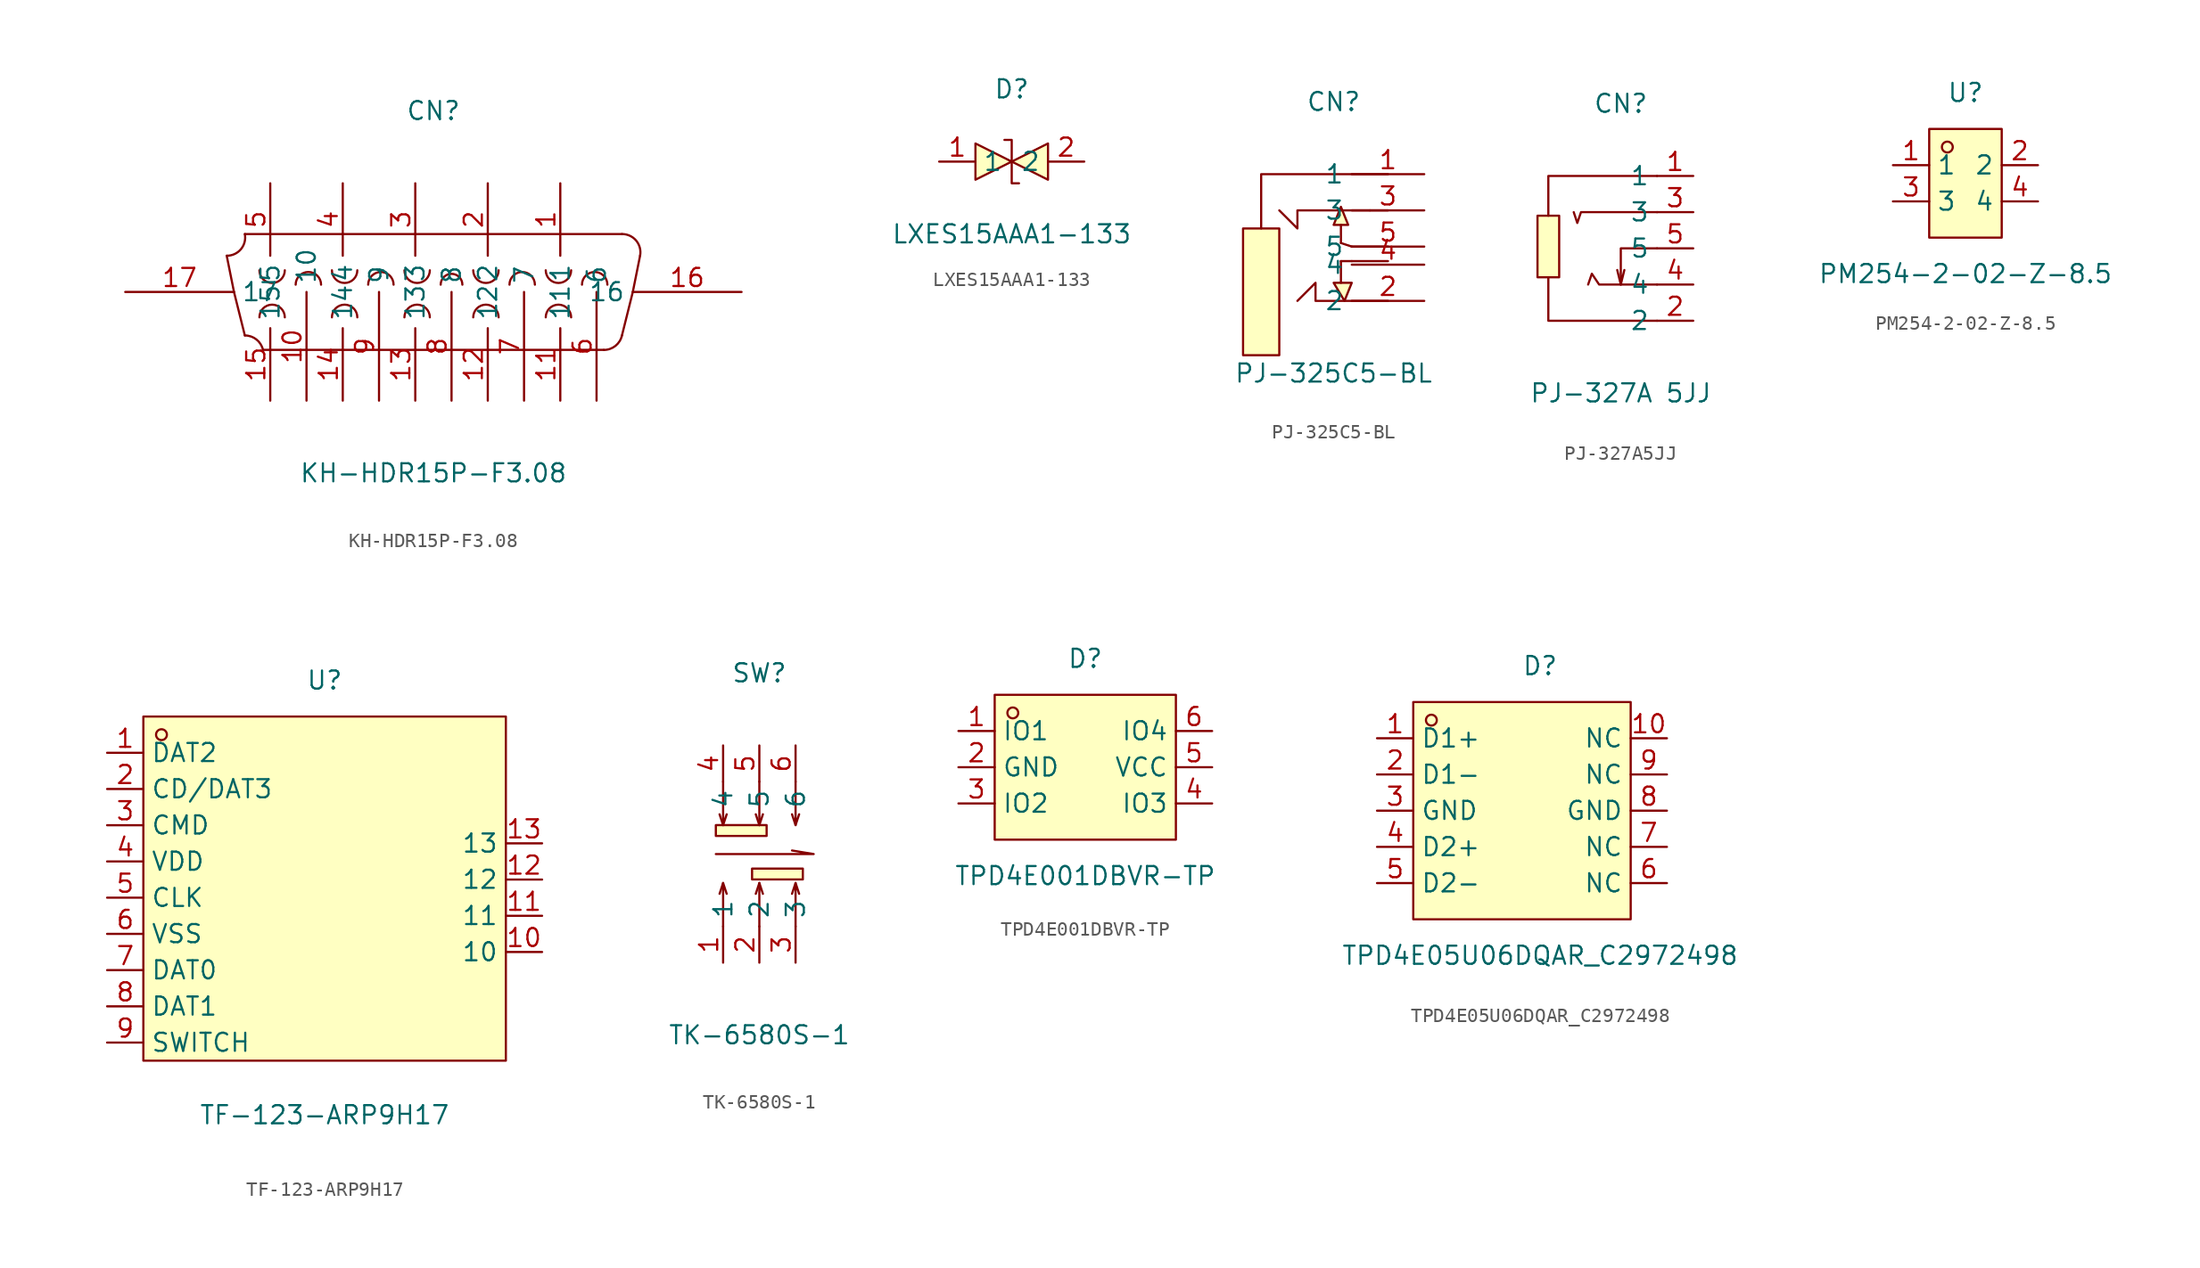
<source format=kicad_sym>
(kicad_symbol_lib
  (version 20220914)
  (generator https://github.com/uPesy/easyeda2kicad.py)
  (symbol "KH-HDR15P-F3.08"
    (property "Reference" "CN"
      (at 0 12.7 0)
      (effects (font (size 1.27 1.27))))
    (property "Value" "KH-HDR15P-F3.08"
      (at 0 -12.7 0)
      (effects (font (size 1.27 1.27))))
    (symbol "KH-HDR15P-F3.08_0_1"
      (arc (start -14.48 2.54) (mid -13.484 2.9983) (end -13.21 4.06) (stroke (width 0) (type default)) (fill (type none)))
      (arc (start -12.19 1.52) (mid -11.3 0.6312) (end -10.41 1.52) (stroke (width 0) (type default)) (fill (type none)))
      (arc (start -11.94 -4.06) (mid -12.3976 -3.3319) (end -13.21 -3.05) (stroke (width 0) (type default)) (fill (type none)))
      (arc (start -10.41 -1.78) (mid -11.3 -0.8912) (end -12.19 -1.78) (stroke (width 0) (type default)) (fill (type none)))
      (arc (start -7.87 0.51) (mid -8.76 1.3949) (end -9.65 0.51) (stroke (width 0) (type default)) (fill (type none)))
      (arc (start -7.11 1.52) (mid -6.22 0.6312) (end -5.33 1.52) (stroke (width 0) (type default)) (fill (type none)))
      (arc (start -5.33 -1.78) (mid -6.22 -0.8912) (end -7.11 -1.78) (stroke (width 0) (type default)) (fill (type none)))
      (arc (start -2.79 0.51) (mid -3.68 1.3988) (end -4.57 0.51) (stroke (width 0) (type default)) (fill (type none)))
      (arc (start -2.03 1.52) (mid -1.14 0.6312) (end -0.25 1.52) (stroke (width 0) (type default)) (fill (type none)))
      (arc (start -0.25 -1.78) (mid -1.14 -0.8912) (end -2.03 -1.78) (stroke (width 0) (type default)) (fill (type none)))
      (polyline (pts (xy -14.48 2.54) (xy -13.97 0)) (stroke (width 0) (type default)) (fill (type none)))
      (polyline (pts (xy -13.97 0) (xy -13.21 -3.05)) (stroke (width 0) (type default)) (fill (type none)))
      (polyline (pts (xy -13.21 4.06) (xy 13.21 4.06)) (stroke (width 0) (type default)) (fill (type none)))
      (polyline (pts (xy -11.94 -4.06) (xy 11.94 -4.06)) (stroke (width 0) (type default)) (fill (type none)))
      (polyline (pts (xy 13.97 0) (xy 13.21 -3.05)) (stroke (width 0) (type default)) (fill (type none)))
      (polyline (pts (xy 14.48 2.54) (xy 13.97 0)) (stroke (width 0) (type default)) (fill (type none)))
      (arc (start 2.03 0.51) (mid 1.27 1.2687) (end 0.51 0.51) (stroke (width 0) (type default)) (fill (type none)))
      (arc (start 2.79 1.52) (mid 3.68 0.6312) (end 4.57 1.52) (stroke (width 0) (type default)) (fill (type none)))
      (arc (start 4.57 -1.78) (mid 3.68 -0.8912) (end 2.79 -1.78) (stroke (width 0) (type default)) (fill (type none)))
      (arc (start 7.11 0.51) (mid 6.22 1.3988) (end 5.33 0.51) (stroke (width 0) (type default)) (fill (type none)))
      (arc (start 7.87 1.52) (mid 8.76 0.6349) (end 9.65 1.52) (stroke (width 0) (type default)) (fill (type none)))
      (arc (start 9.65 -1.78) (mid 8.76 -0.8949) (end 7.87 -1.78) (stroke (width 0) (type default)) (fill (type none)))
      (arc (start 11.94 -4.06) (mid 12.7524 -3.7781) (end 13.21 -3.05) (stroke (width 0) (type default)) (fill (type none)))
      (arc (start 12.19 0.51) (mid 11.3 1.3988) (end 10.41 0.51) (stroke (width 0) (type default)) (fill (type none)))
      (arc (start 14.48 2.54) (mid 14.2089 3.6042) (end 13.21 4.06) (stroke (width 0) (type default)) (fill (type none)))
      (pin unspecified line (at 8.89 7.62 270) (length 5.08) (name "1" (effects (font (size 1.27 1.27)))) (number "1" (effects (font (size 1.27 1.27)))))
      (pin unspecified line (at -8.89 -7.62 90) (length 7.62) (name "10" (effects (font (size 1.27 1.27)))) (number "10" (effects (font (size 1.27 1.27)))))
      (pin unspecified line (at 8.89 -7.62 90) (length 5.08) (name "11" (effects (font (size 1.27 1.27)))) (number "11" (effects (font (size 1.27 1.27)))))
      (pin unspecified line (at 3.81 -7.62 90) (length 5.08) (name "12" (effects (font (size 1.27 1.27)))) (number "12" (effects (font (size 1.27 1.27)))))
      (pin unspecified line (at -1.27 -7.62 90) (length 5.08) (name "13" (effects (font (size 1.27 1.27)))) (number "13" (effects (font (size 1.27 1.27)))))
      (pin unspecified line (at -6.35 -7.62 90) (length 5.08) (name "14" (effects (font (size 1.27 1.27)))) (number "14" (effects (font (size 1.27 1.27)))))
      (pin unspecified line (at -11.43 -7.62 90) (length 5.08) (name "15" (effects (font (size 1.27 1.27)))) (number "15" (effects (font (size 1.27 1.27)))))
      (pin unspecified line (at 21.59 0 180) (length 7.62) (name "16" (effects (font (size 1.27 1.27)))) (number "16" (effects (font (size 1.27 1.27)))))
      (pin unspecified line (at -21.59 0 0) (length 7.62) (name "17" (effects (font (size 1.27 1.27)))) (number "17" (effects (font (size 1.27 1.27)))))
      (pin unspecified line (at 3.81 7.62 270) (length 5.08) (name "2" (effects (font (size 1.27 1.27)))) (number "2" (effects (font (size 1.27 1.27)))))
      (pin unspecified line (at -1.27 7.62 270) (length 5.08) (name "3" (effects (font (size 1.27 1.27)))) (number "3" (effects (font (size 1.27 1.27)))))
      (pin unspecified line (at -6.35 7.62 270) (length 5.08) (name "4" (effects (font (size 1.27 1.27)))) (number "4" (effects (font (size 1.27 1.27)))))
      (pin unspecified line (at -11.43 7.62 270) (length 5.08) (name "5" (effects (font (size 1.27 1.27)))) (number "5" (effects (font (size 1.27 1.27)))))
      (pin unspecified line (at 11.43 -7.62 90) (length 7.62) (name "6" (effects (font (size 1.27 1.27)))) (number "6" (effects (font (size 1.27 1.27)))))
      (pin unspecified line (at 6.35 -7.62 90) (length 7.62) (name "7" (effects (font (size 1.27 1.27)))) (number "7" (effects (font (size 1.27 1.27)))))
      (pin unspecified line (at 1.27 -7.62 90) (length 7.62) (name "8" (effects (font (size 1.27 1.27)))) (number "8" (effects (font (size 1.27 1.27)))))
      (pin unspecified line (at -3.81 -7.62 90) (length 7.62) (name "9" (effects (font (size 1.27 1.27)))) (number "9" (effects (font (size 1.27 1.27)))))))
  (symbol "LXES15AAA1-133"
    (property "Reference" "D"
      (at 0 5.08 0)
      (effects (font (size 1.27 1.27))))
    (property "Value" "LXES15AAA1-133"
      (at 0 -5.08 0)
      (effects (font (size 1.27 1.27))))
    (symbol "LXES15AAA1-133_0_1"
      (polyline (pts (xy -2.54 1.27) (xy 0 0) (xy -2.54 -1.27) (xy -2.54 1.27)) (stroke (width 0) (type default)) (fill (type background)))
      (polyline (pts (xy 2.54 1.27) (xy 0 0) (xy 2.54 -1.27) (xy 2.54 1.27)) (stroke (width 0) (type default)) (fill (type background)))
      (polyline (pts (xy -0.51 1.52) (xy -0.51 1.52) (xy 0 1.52) (xy 0 -1.52) (xy 0.51 -1.52) (xy 0.51 -1.52)) (stroke (width 0) (type default)) (fill (type none)))
      (pin unspecified line (at -5.08 0 0) (length 2.54) (name "1" (effects (font (size 1.27 1.27)))) (number "1" (effects (font (size 1.27 1.27)))))
      (pin unspecified line (at 5.08 0 180) (length 2.54) (name "2" (effects (font (size 1.27 1.27)))) (number "2" (effects (font (size 1.27 1.27)))))))
  (symbol "PJ-325C5-BL"
    (property "Reference" "CN"
      (at 0 11.43 0)
      (effects (font (size 1.27 1.27))))
    (property "Value" "PJ-325C5-BL"
      (at 0 -7.62 0)
      (effects (font (size 1.27 1.27))))
    (symbol "PJ-325C5-BL_0_1"
      (polyline (pts (xy 2.54 3.81) (xy 3.81 3.81)) (stroke (width 0) (type default) (color 0 0 0 0)) (fill (type none)))
      (polyline (pts (xy -2.54 -2.54) (xy -1.27 -1.27) (xy -1.27 -2.54) (xy 3.81 -2.54)) (stroke (width 0) (type default) (color 0 0 0 0)) (fill (type none)))
      (polyline (pts (xy 0.51 0.25) (xy 1.27 0.25) (xy 1.27 0.25)) (stroke (width 0) (type default) (color 0 0 0 0)) (fill (type none)))
      (polyline (pts (xy 1.27 0.25) (xy 3.81 0.25)) (stroke (width 0) (type default) (color 0 0 0 0)) (fill (type none)))
      (polyline (pts (xy 0.51 -1.27) (xy 0.51 0.25)) (stroke (width 0) (type default) (color 0 0 0 0)) (fill (type none)))
      (polyline (pts (xy 0.76 -2.54) (xy 0.00 -1.27) (xy 1.27 -1.27) (xy 0.76 -2.54)) (stroke (width 0) (type default) (color 0 0 0 0)) (fill (type background)))
      (polyline (pts (xy 0.51 1.52) (xy 1.27 1.27) (xy 1.27 1.27)) (stroke (width 0) (type default) (color 0 0 0 0)) (fill (type none)))
      (polyline (pts (xy 1.27 1.27) (xy 3.81 1.27)) (stroke (width 0) (type default) (color 0 0 0 0)) (fill (type none)))
      (polyline (pts (xy 0.51 2.79) (xy 0.51 1.52)) (stroke (width 0) (type default) (color 0 0 0 0)) (fill (type none)))
      (polyline (pts (xy 0.51 4.06) (xy 0.00 2.79) (xy 1.02 2.79) (xy 0.51 4.06)) (stroke (width 0) (type default) (color 0 0 0 0)) (fill (type background)))
      (polyline (pts (xy -3.81 3.81) (xy -2.54 2.54) (xy -2.54 3.81) (xy 2.54 3.81)) (stroke (width 0) (type default) (color 0 0 0 0)) (fill (type none)))
      (polyline (pts (xy -5.08 2.54) (xy -5.08 6.35) (xy 3.81 6.35)) (stroke (width 0) (type default) (color 0 0 0 0)) (fill (type none)))
      (polyline (pts (xy -6.35 2.54) (xy -6.35 -6.35) (xy -3.81 -6.35) (xy -3.81 2.54) (xy -6.35 2.54)) (stroke (width 0) (type default) (color 0 0 0 0)) (fill (type background)))
      (pin unspecified line (at 6.35 1.27 180) (length 5.08) (name "5" (effects (font (size 1.27 1.27)))) (number "5" (effects (font (size 1.27 1.27)))))
      (pin unspecified line (at 6.35 -0.00 180) (length 5.08) (name "4" (effects (font (size 1.27 1.27)))) (number "4" (effects (font (size 1.27 1.27)))))
      (pin unspecified line (at 6.35 3.81 180) (length 5.08) (name "3" (effects (font (size 1.27 1.27)))) (number "3" (effects (font (size 1.27 1.27)))))
      (pin unspecified line (at 6.35 -2.54 180) (length 5.08) (name "2" (effects (font (size 1.27 1.27)))) (number "2" (effects (font (size 1.27 1.27)))))
      (pin unspecified line (at 6.35 6.35 180) (length 5.08) (name "1" (effects (font (size 1.27 1.27)))) (number "1" (effects (font (size 1.27 1.27)))))))
  (symbol "PJ-327A5JJ"
    (property "Reference" "CN"
      (at 0 10.16 0)
      (effects (font (size 1.27 1.27))))
    (property "Value" "PJ-327A 5JJ"
      (at 0 -10.16 0)
      (effects (font (size 1.27 1.27))))
    (symbol "PJ-327A5JJ_0_1"
      (rectangle (start -5.84 2.29) (end -4.32 -2.03) (stroke (width 0) (type default)) (fill (type background)))
      (polyline (pts (xy 0 -2.54) (xy -0.25 -1.52)) (stroke (width 0) (type default)) (fill (type none)))
      (polyline (pts (xy -5.08 2.29) (xy -5.08 5.08) (xy 2.54 5.08)) (stroke (width 0) (type default)) (fill (type none)))
      (polyline (pts (xy 2.54 -5.08) (xy -5.08 -5.08) (xy -5.08 -3.81) (xy -5.08 -2.03)) (stroke (width 0) (type default)) (fill (type none)))
      (polyline (pts (xy 2.54 -2.54) (xy -1.52 -2.54) (xy -2.03 -1.78) (xy -2.29 -2.54)) (stroke (width 0) (type default)) (fill (type none)))
      (polyline (pts (xy 2.54 0) (xy 0 0) (xy 0 -2.54) (xy 0.25 -1.52)) (stroke (width 0) (type default)) (fill (type none)))
      (polyline (pts (xy 2.54 2.54) (xy -2.79 2.54) (xy -3.05 1.78) (xy -3.3 2.54)) (stroke (width 0) (type default)) (fill (type none)))
      (pin unspecified line (at 5.08 5.08 180) (length 2.54) (name "1" (effects (font (size 1.27 1.27)))) (number "1" (effects (font (size 1.27 1.27)))))
      (pin unspecified line (at 5.08 -5.08 180) (length 2.54) (name "2" (effects (font (size 1.27 1.27)))) (number "2" (effects (font (size 1.27 1.27)))))
      (pin unspecified line (at 5.08 2.54 180) (length 2.54) (name "3" (effects (font (size 1.27 1.27)))) (number "3" (effects (font (size 1.27 1.27)))))
      (pin unspecified line (at 5.08 -2.54 180) (length 2.54) (name "4" (effects (font (size 1.27 1.27)))) (number "4" (effects (font (size 1.27 1.27)))))
      (pin unspecified line (at 5.08 0 180) (length 2.54) (name "5" (effects (font (size 1.27 1.27)))) (number "5" (effects (font (size 1.27 1.27)))))))
  (symbol "PM254-2-02-Z-8.5"
    (property "Reference" "U"
      (at 0 6.35 0)
      (effects (font (size 1.27 1.27))))
    (property "Value" "PM254-2-02-Z-8.5"
      (at 0 -6.35 0)
      (effects (font (size 1.27 1.27))))
    (symbol "PM254-2-02-Z-8.5_0_1"
      (rectangle (start -2.54 3.81) (end 2.54 -3.81) (stroke (width 0) (type default) (color 0 0 0 0)) (fill (type background)))
      (circle (center -1.27 2.54) (radius 0.38) (stroke (width 0) (type default) (color 0 0 0 0)) (fill (type none)))
      (pin unspecified line (at -5.08 1.27 0) (length 2.54) (name "1" (effects (font (size 1.27 1.27)))) (number "1" (effects (font (size 1.27 1.27)))))
      (pin unspecified line (at 5.08 -1.27 180) (length 2.54) (name "4" (effects (font (size 1.27 1.27)))) (number "4" (effects (font (size 1.27 1.27)))))
      (pin unspecified line (at -5.08 -1.27 0) (length 2.54) (name "3" (effects (font (size 1.27 1.27)))) (number "3" (effects (font (size 1.27 1.27)))))
      (pin unspecified line (at 5.08 1.27 180) (length 2.54) (name "2" (effects (font (size 1.27 1.27)))) (number "2" (effects (font (size 1.27 1.27)))))))
  (symbol "TF-123-ARP9H17"
    (property "Reference" "U"
      (at 0 13.97 0)
      (effects (font (size 1.27 1.27))))
    (property "Value" "TF-123-ARP9H17"
      (at 0 -16.51 0)
      (effects (font (size 1.27 1.27))))
    (symbol "TF-123-ARP9H17_0_1"
      (rectangle (start -12.7 11.43) (end 12.7 -12.7) (stroke (width 0) (type default)) (fill (type background)))
      (circle (center -11.43 10.16) (radius 0.38) (stroke (width 0) (type default)) (fill (type none)))
      (pin unspecified line (at -15.24 8.89 0) (length 2.54) (name "DAT2" (effects (font (size 1.27 1.27)))) (number "1" (effects (font (size 1.27 1.27)))))
      (pin unspecified line (at 15.24 -5.08 180) (length 2.54) (name "10" (effects (font (size 1.27 1.27)))) (number "10" (effects (font (size 1.27 1.27)))))
      (pin unspecified line (at 15.24 -2.54 180) (length 2.54) (name "11" (effects (font (size 1.27 1.27)))) (number "11" (effects (font (size 1.27 1.27)))))
      (pin unspecified line (at 15.24 0 180) (length 2.54) (name "12" (effects (font (size 1.27 1.27)))) (number "12" (effects (font (size 1.27 1.27)))))
      (pin unspecified line (at 15.24 2.54 180) (length 2.54) (name "13" (effects (font (size 1.27 1.27)))) (number "13" (effects (font (size 1.27 1.27)))))
      (pin unspecified line (at -15.24 6.35 0) (length 2.54) (name "CD/DAT3" (effects (font (size 1.27 1.27)))) (number "2" (effects (font (size 1.27 1.27)))))
      (pin unspecified line (at -15.24 3.81 0) (length 2.54) (name "CMD" (effects (font (size 1.27 1.27)))) (number "3" (effects (font (size 1.27 1.27)))))
      (pin unspecified line (at -15.24 1.27 0) (length 2.54) (name "VDD" (effects (font (size 1.27 1.27)))) (number "4" (effects (font (size 1.27 1.27)))))
      (pin unspecified line (at -15.24 -1.27 0) (length 2.54) (name "CLK" (effects (font (size 1.27 1.27)))) (number "5" (effects (font (size 1.27 1.27)))))
      (pin unspecified line (at -15.24 -3.81 0) (length 2.54) (name "VSS" (effects (font (size 1.27 1.27)))) (number "6" (effects (font (size 1.27 1.27)))))
      (pin unspecified line (at -15.24 -6.35 0) (length 2.54) (name "DAT0" (effects (font (size 1.27 1.27)))) (number "7" (effects (font (size 1.27 1.27)))))
      (pin unspecified line (at -15.24 -8.89 0) (length 2.54) (name "DAT1" (effects (font (size 1.27 1.27)))) (number "8" (effects (font (size 1.27 1.27)))))
      (pin unspecified line (at -15.24 -11.43 0) (length 2.54) (name "SWITCH" (effects (font (size 1.27 1.27)))) (number "9" (effects (font (size 1.27 1.27)))))))
  (symbol "TK-6580S-1"
    (property "Reference" "SW"
      (at 0 12.7 0)
      (effects (font (size 1.27 1.27))))
    (property "Value" "TK-6580S-1"
      (at 0 -12.7 0)
      (effects (font (size 1.27 1.27))))
    (symbol "TK-6580S-1_0_1"
      (rectangle (start -3.05 2.03) (end 0.51 1.27) (stroke (width 0) (type default)) (fill (type background)))
      (rectangle (start -0.51 -1.02) (end 3.05 -1.78) (stroke (width 0) (type default)) (fill (type background)))
      (polyline (pts (xy -2.54 -2.03) (xy -2.79 -2.79)) (stroke (width 0) (type default)) (fill (type none)))
      (polyline (pts (xy -2.54 2.03) (xy -2.79 2.79)) (stroke (width 0) (type default)) (fill (type none)))
      (polyline (pts (xy 0 -2.03) (xy -0.25 -2.79)) (stroke (width 0) (type default)) (fill (type none)))
      (polyline (pts (xy 0 2.03) (xy -0.25 2.79)) (stroke (width 0) (type default)) (fill (type none)))
      (polyline (pts (xy 2.54 -2.03) (xy 2.29 -2.79)) (stroke (width 0) (type default)) (fill (type none)))
      (polyline (pts (xy 2.54 2.03) (xy 2.29 2.79)) (stroke (width 0) (type default)) (fill (type none)))
      (polyline (pts (xy -3.05 0) (xy 3.81 0) (xy 2.29 0.25)) (stroke (width 0) (type default)) (fill (type none)))
      (polyline (pts (xy -2.54 -5.08) (xy -2.54 -2.03) (xy -2.29 -2.79)) (stroke (width 0) (type default)) (fill (type none)))
      (polyline (pts (xy -2.54 5.08) (xy -2.54 2.03) (xy -2.29 2.79)) (stroke (width 0) (type default)) (fill (type none)))
      (polyline (pts (xy 0 -5.08) (xy 0 -2.03) (xy 0.25 -2.79)) (stroke (width 0) (type default)) (fill (type none)))
      (polyline (pts (xy 0 5.08) (xy 0 2.03) (xy 0.25 2.79)) (stroke (width 0) (type default)) (fill (type none)))
      (polyline (pts (xy 2.54 -5.08) (xy 2.54 -2.03) (xy 2.79 -2.79)) (stroke (width 0) (type default)) (fill (type none)))
      (polyline (pts (xy 2.54 5.08) (xy 2.54 2.03) (xy 2.79 2.79)) (stroke (width 0) (type default)) (fill (type none)))
      (pin unspecified line (at -2.54 -7.62 90) (length 2.54) (name "1" (effects (font (size 1.27 1.27)))) (number "1" (effects (font (size 1.27 1.27)))))
      (pin unspecified line (at 0 -7.62 90) (length 2.54) (name "2" (effects (font (size 1.27 1.27)))) (number "2" (effects (font (size 1.27 1.27)))))
      (pin unspecified line (at 2.54 -7.62 90) (length 2.54) (name "3" (effects (font (size 1.27 1.27)))) (number "3" (effects (font (size 1.27 1.27)))))
      (pin unspecified line (at -2.54 7.62 270) (length 2.54) (name "4" (effects (font (size 1.27 1.27)))) (number "4" (effects (font (size 1.27 1.27)))))
      (pin unspecified line (at 0 7.62 270) (length 2.54) (name "5" (effects (font (size 1.27 1.27)))) (number "5" (effects (font (size 1.27 1.27)))))
      (pin unspecified line (at 2.54 7.62 270) (length 2.54) (name "6" (effects (font (size 1.27 1.27)))) (number "6" (effects (font (size 1.27 1.27)))))))
  (symbol "TPD4E001DBVR-TP"
    (property "Reference" "D"
      (at 0 7.62 0)
      (effects (font (size 1.27 1.27))))
    (property "Value" "TPD4E001DBVR-TP"
      (at 0 -7.62 0)
      (effects (font (size 1.27 1.27))))
    (symbol "TPD4E001DBVR-TP_0_1"
      (rectangle (start -6.35 5.08) (end 6.35 -5.08) (stroke (width 0) (type default)) (fill (type background)))
      (circle (center -5.08 3.81) (radius 0.38) (stroke (width 0) (type default)) (fill (type none)))
      (pin unspecified line (at -8.89 2.54 0) (length 2.54) (name "IO1" (effects (font (size 1.27 1.27)))) (number "1" (effects (font (size 1.27 1.27)))))
      (pin unspecified line (at -8.89 0 0) (length 2.54) (name "GND" (effects (font (size 1.27 1.27)))) (number "2" (effects (font (size 1.27 1.27)))))
      (pin unspecified line (at -8.89 -2.54 0) (length 2.54) (name "IO2" (effects (font (size 1.27 1.27)))) (number "3" (effects (font (size 1.27 1.27)))))
      (pin unspecified line (at 8.89 -2.54 180) (length 2.54) (name "IO3" (effects (font (size 1.27 1.27)))) (number "4" (effects (font (size 1.27 1.27)))))
      (pin unspecified line (at 8.89 0 180) (length 2.54) (name "VCC" (effects (font (size 1.27 1.27)))) (number "5" (effects (font (size 1.27 1.27)))))
      (pin unspecified line (at 8.89 2.54 180) (length 2.54) (name "IO4" (effects (font (size 1.27 1.27)))) (number "6" (effects (font (size 1.27 1.27)))))))
  (symbol "TPD4E05U06DQAR_C2972498"
    (property "Reference" "D"
      (at 0 10.16 0)
      (effects (font (size 1.27 1.27))))
    (property "Value" "TPD4E05U06DQAR_C2972498"
      (at 0 -10.16 0)
      (effects (font (size 1.27 1.27))))
    (symbol "TPD4E05U06DQAR_C2972498_0_1"
      (rectangle (start -8.89 7.62) (end 6.35 -7.62) (stroke (width 0) (type default)) (fill (type background)))
      (circle (center -7.62 6.35) (radius 0.38) (stroke (width 0) (type default)) (fill (type none)))
      (pin unspecified line (at -11.43 5.08 0) (length 2.54) (name "D1+" (effects (font (size 1.27 1.27)))) (number "1" (effects (font (size 1.27 1.27)))))
      (pin unspecified line (at 8.89 5.08 180) (length 2.54) (name "NC" (effects (font (size 1.27 1.27)))) (number "10" (effects (font (size 1.27 1.27)))))
      (pin unspecified line (at -11.43 2.54 0) (length 2.54) (name "D1-" (effects (font (size 1.27 1.27)))) (number "2" (effects (font (size 1.27 1.27)))))
      (pin unspecified line (at -11.43 0 0) (length 2.54) (name "GND" (effects (font (size 1.27 1.27)))) (number "3" (effects (font (size 1.27 1.27)))))
      (pin unspecified line (at -11.43 -2.54 0) (length 2.54) (name "D2+" (effects (font (size 1.27 1.27)))) (number "4" (effects (font (size 1.27 1.27)))))
      (pin unspecified line (at -11.43 -5.08 0) (length 2.54) (name "D2-" (effects (font (size 1.27 1.27)))) (number "5" (effects (font (size 1.27 1.27)))))
      (pin unspecified line (at 8.89 -5.08 180) (length 2.54) (name "NC" (effects (font (size 1.27 1.27)))) (number "6" (effects (font (size 1.27 1.27)))))
      (pin unspecified line (at 8.89 -2.54 180) (length 2.54) (name "NC" (effects (font (size 1.27 1.27)))) (number "7" (effects (font (size 1.27 1.27)))))
      (pin unspecified line (at 8.89 0 180) (length 2.54) (name "GND" (effects (font (size 1.27 1.27)))) (number "8" (effects (font (size 1.27 1.27)))))
      (pin unspecified line (at 8.89 2.54 180) (length 2.54) (name "NC" (effects (font (size 1.27 1.27)))) (number "9" (effects (font (size 1.27 1.27))))))))
</source>
